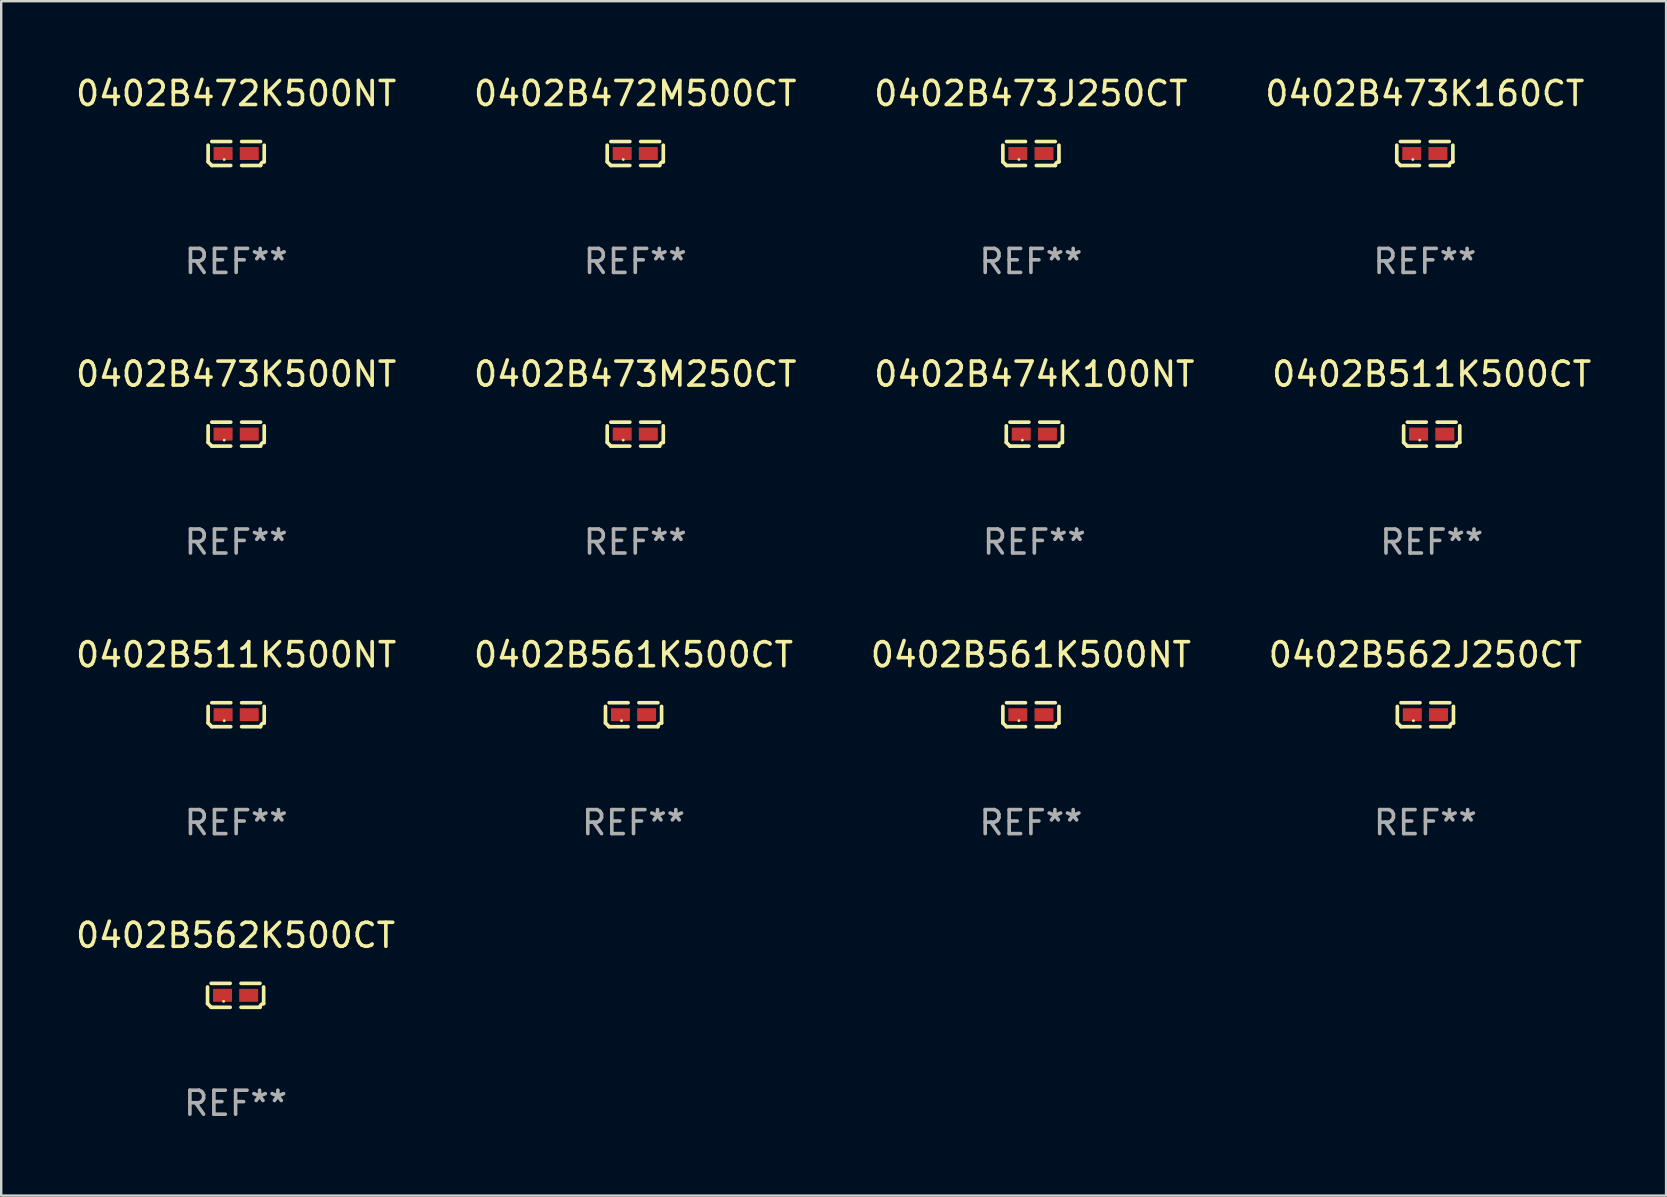
<source format=kicad_pcb>
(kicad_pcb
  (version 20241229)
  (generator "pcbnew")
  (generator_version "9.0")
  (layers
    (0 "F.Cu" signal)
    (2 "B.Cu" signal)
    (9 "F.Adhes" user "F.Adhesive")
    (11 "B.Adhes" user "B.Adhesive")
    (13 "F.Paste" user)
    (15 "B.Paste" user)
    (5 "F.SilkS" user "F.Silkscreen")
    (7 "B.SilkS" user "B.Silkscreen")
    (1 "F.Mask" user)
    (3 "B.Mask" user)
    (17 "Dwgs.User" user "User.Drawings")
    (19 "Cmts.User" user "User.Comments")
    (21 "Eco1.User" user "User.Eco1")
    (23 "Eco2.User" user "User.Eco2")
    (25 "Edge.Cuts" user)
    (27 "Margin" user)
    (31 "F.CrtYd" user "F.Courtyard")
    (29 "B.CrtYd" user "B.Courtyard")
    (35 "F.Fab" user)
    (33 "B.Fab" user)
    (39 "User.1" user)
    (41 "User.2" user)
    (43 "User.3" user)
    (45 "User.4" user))
  (footprint "0402B562K500CT"
    (layer "F.Cu")
    (at 6.768 38.428)
    (property "Reference" "0402B562K500CT" (at 0 -2.499 0) (layer "F.SilkS") (effects (font (size 1 1) (thickness 0.15))))
    (attr through_hole)
    (fp_line (start -1.169 0.346) (end -1.169 -0.346) (stroke (width 0.152) (type solid)) (layer "F.SilkS"))
    (fp_line (start -1.016 -0.499) (end -0.226 -0.499) (stroke (width 0.152) (type solid)) (layer "F.SilkS"))
    (fp_line (start -0.226 0.499) (end -1.016 0.499) (stroke (width 0.152) (type solid)) (layer "F.SilkS"))
    (fp_line (start 0.226 0.499) (end 1.016 0.499) (stroke (width 0.152) (type solid)) (layer "F.SilkS"))
    (fp_line (start 1.016 -0.499) (end 0.226 -0.499) (stroke (width 0.152) (type solid)) (layer "F.SilkS"))
    (fp_line (start 1.169 0.346) (end 1.169 -0.346) (stroke (width 0.152) (type solid)) (layer "F.SilkS"))
    (fp_arc (start -1.016307 0.498603) (mid -1.092512 0.422405) (end -1.16871 0.3462) (stroke (width 0.1524) (type solid)) (layer "F.SilkS"))
    (fp_arc (start 1.016307 0.498603) (mid 1.060899 0.390758) (end 1.168707 0.346076) (stroke (width 0.1524) (type solid)) (layer "F.SilkS"))
    (fp_circle (center -0.5 0.25) (end -0.47 0.25) (stroke (width 0.06) (type solid)) (fill no) (layer "F.SilkS"))
    (fp_text user "REF**" (at 0 4.499 0) (layer "F.Fab") (effects (font (size 1 1) (thickness 0.15))))
    (pad "1" smd rect (at -0.545 0) (size 0.79 0.54) (layers "F.Cu" "F.Mask" "F.Paste"))
    (pad "2" smd rect (at 0.545 0) (size 0.79 0.54) (layers "F.Cu" "F.Mask" "F.Paste")))
  (footprint "0402B474K100NT"
    (layer "F.Cu")
    (at 40.054 15.041)
    (property "Reference" "0402B474K100NT" (at 0 -2.499 0) (layer "F.SilkS") (effects (font (size 1 1) (thickness 0.15))))
    (attr through_hole)
    (fp_line (start -1.169 0.346) (end -1.169 -0.346) (stroke (width 0.152) (type solid)) (layer "F.SilkS"))
    (fp_line (start -1.016 -0.499) (end -0.226 -0.499) (stroke (width 0.152) (type solid)) (layer "F.SilkS"))
    (fp_line (start -0.226 0.499) (end -1.016 0.499) (stroke (width 0.152) (type solid)) (layer "F.SilkS"))
    (fp_line (start 0.226 0.499) (end 1.016 0.499) (stroke (width 0.152) (type solid)) (layer "F.SilkS"))
    (fp_line (start 1.016 -0.499) (end 0.226 -0.499) (stroke (width 0.152) (type solid)) (layer "F.SilkS"))
    (fp_line (start 1.169 0.346) (end 1.169 -0.346) (stroke (width 0.152) (type solid)) (layer "F.SilkS"))
    (fp_arc (start -1.016307 0.498603) (mid -1.092512 0.422405) (end -1.16871 0.3462) (stroke (width 0.1524) (type solid)) (layer "F.SilkS"))
    (fp_arc (start 1.016307 0.498603) (mid 1.060899 0.390758) (end 1.168707 0.346076) (stroke (width 0.1524) (type solid)) (layer "F.SilkS"))
    (fp_circle (center -0.5 0.25) (end -0.47 0.25) (stroke (width 0.06) (type solid)) (fill no) (layer "F.SilkS"))
    (fp_text user "REF**" (at 0 4.499 0) (layer "F.Fab") (effects (font (size 1 1) (thickness 0.15))))
    (pad "1" smd rect (at -0.545 0) (size 0.79 0.54) (layers "F.Cu" "F.Mask" "F.Paste"))
    (pad "2" smd rect (at 0.545 0) (size 0.79 0.54) (layers "F.Cu" "F.Mask" "F.Paste")))
  (footprint "0402B511K500CT"
    (layer "F.Cu")
    (at 56.613 15.041)
    (property "Reference" "0402B511K500CT" (at 0 -2.499 0) (layer "F.SilkS") (effects (font (size 1 1) (thickness 0.15))))
    (attr through_hole)
    (fp_line (start -1.169 0.346) (end -1.169 -0.346) (stroke (width 0.152) (type solid)) (layer "F.SilkS"))
    (fp_line (start -1.016 -0.499) (end -0.226 -0.499) (stroke (width 0.152) (type solid)) (layer "F.SilkS"))
    (fp_line (start -0.226 0.499) (end -1.016 0.499) (stroke (width 0.152) (type solid)) (layer "F.SilkS"))
    (fp_line (start 0.226 0.499) (end 1.016 0.499) (stroke (width 0.152) (type solid)) (layer "F.SilkS"))
    (fp_line (start 1.016 -0.499) (end 0.226 -0.499) (stroke (width 0.152) (type solid)) (layer "F.SilkS"))
    (fp_line (start 1.169 0.346) (end 1.169 -0.346) (stroke (width 0.152) (type solid)) (layer "F.SilkS"))
    (fp_arc (start -1.016307 0.498603) (mid -1.092512 0.422405) (end -1.16871 0.3462) (stroke (width 0.1524) (type solid)) (layer "F.SilkS"))
    (fp_arc (start 1.016307 0.498603) (mid 1.060899 0.390758) (end 1.168707 0.346076) (stroke (width 0.1524) (type solid)) (layer "F.SilkS"))
    (fp_circle (center -0.5 0.25) (end -0.47 0.25) (stroke (width 0.06) (type solid)) (fill no) (layer "F.SilkS"))
    (fp_text user "REF**" (at 0 4.499 0) (layer "F.Fab") (effects (font (size 1 1) (thickness 0.15))))
    (pad "1" smd rect (at -0.545 0) (size 0.79 0.54) (layers "F.Cu" "F.Mask" "F.Paste"))
    (pad "2" smd rect (at 0.545 0) (size 0.79 0.54) (layers "F.Cu" "F.Mask" "F.Paste")))
  (footprint "0402B472K500NT"
    (layer "F.Cu")
    (at 6.792 3.347)
    (property "Reference" "0402B472K500NT" (at 0 -2.499 0) (layer "F.SilkS") (effects (font (size 1 1) (thickness 0.15))))
    (attr through_hole)
    (fp_line (start -1.169 0.346) (end -1.169 -0.346) (stroke (width 0.152) (type solid)) (layer "F.SilkS"))
    (fp_line (start -1.016 -0.499) (end -0.226 -0.499) (stroke (width 0.152) (type solid)) (layer "F.SilkS"))
    (fp_line (start -0.226 0.499) (end -1.016 0.499) (stroke (width 0.152) (type solid)) (layer "F.SilkS"))
    (fp_line (start 0.226 0.499) (end 1.016 0.499) (stroke (width 0.152) (type solid)) (layer "F.SilkS"))
    (fp_line (start 1.016 -0.499) (end 0.226 -0.499) (stroke (width 0.152) (type solid)) (layer "F.SilkS"))
    (fp_line (start 1.169 0.346) (end 1.169 -0.346) (stroke (width 0.152) (type solid)) (layer "F.SilkS"))
    (fp_arc (start -1.016307 0.498603) (mid -1.092512 0.422405) (end -1.16871 0.3462) (stroke (width 0.1524) (type solid)) (layer "F.SilkS"))
    (fp_arc (start 1.016307 0.498603) (mid 1.060899 0.390758) (end 1.168707 0.346076) (stroke (width 0.1524) (type solid)) (layer "F.SilkS"))
    (fp_circle (center -0.5 0.25) (end -0.47 0.25) (stroke (width 0.06) (type solid)) (fill no) (layer "F.SilkS"))
    (fp_text user "REF**" (at 0 4.499 0) (layer "F.Fab") (effects (font (size 1 1) (thickness 0.15))))
    (pad "1" smd rect (at -0.545 0) (size 0.79 0.54) (layers "F.Cu" "F.Mask" "F.Paste"))
    (pad "2" smd rect (at 0.545 0) (size 0.79 0.54) (layers "F.Cu" "F.Mask" "F.Paste")))
  (footprint "0402B472M500CT"
    (layer "F.Cu")
    (at 23.423 3.347)
    (property "Reference" "0402B472M500CT" (at 0 -2.499 0) (layer "F.SilkS") (effects (font (size 1 1) (thickness 0.15))))
    (attr through_hole)
    (fp_line (start -1.169 0.346) (end -1.169 -0.346) (stroke (width 0.152) (type solid)) (layer "F.SilkS"))
    (fp_line (start -1.016 -0.499) (end -0.226 -0.499) (stroke (width 0.152) (type solid)) (layer "F.SilkS"))
    (fp_line (start -0.226 0.499) (end -1.016 0.499) (stroke (width 0.152) (type solid)) (layer "F.SilkS"))
    (fp_line (start 0.226 0.499) (end 1.016 0.499) (stroke (width 0.152) (type solid)) (layer "F.SilkS"))
    (fp_line (start 1.016 -0.499) (end 0.226 -0.499) (stroke (width 0.152) (type solid)) (layer "F.SilkS"))
    (fp_line (start 1.169 0.346) (end 1.169 -0.346) (stroke (width 0.152) (type solid)) (layer "F.SilkS"))
    (fp_arc (start -1.016307 0.498603) (mid -1.092512 0.422405) (end -1.16871 0.3462) (stroke (width 0.1524) (type solid)) (layer "F.SilkS"))
    (fp_arc (start 1.016307 0.498603) (mid 1.060899 0.390758) (end 1.168707 0.346076) (stroke (width 0.1524) (type solid)) (layer "F.SilkS"))
    (fp_circle (center -0.5 0.25) (end -0.47 0.25) (stroke (width 0.06) (type solid)) (fill no) (layer "F.SilkS"))
    (fp_text user "REF**" (at 0 4.499 0) (layer "F.Fab") (effects (font (size 1 1) (thickness 0.15))))
    (pad "1" smd rect (at -0.545 0) (size 0.79 0.54) (layers "F.Cu" "F.Mask" "F.Paste"))
    (pad "2" smd rect (at 0.545 0) (size 0.79 0.54) (layers "F.Cu" "F.Mask" "F.Paste")))
  (footprint "0402B561K500NT"
    (layer "F.Cu")
    (at 39.911 26.734)
    (property "Reference" "0402B561K500NT" (at 0 -2.499 0) (layer "F.SilkS") (effects (font (size 1 1) (thickness 0.15))))
    (attr through_hole)
    (fp_line (start -1.169 0.346) (end -1.169 -0.346) (stroke (width 0.152) (type solid)) (layer "F.SilkS"))
    (fp_line (start -1.016 -0.499) (end -0.226 -0.499) (stroke (width 0.152) (type solid)) (layer "F.SilkS"))
    (fp_line (start -0.226 0.499) (end -1.016 0.499) (stroke (width 0.152) (type solid)) (layer "F.SilkS"))
    (fp_line (start 0.226 0.499) (end 1.016 0.499) (stroke (width 0.152) (type solid)) (layer "F.SilkS"))
    (fp_line (start 1.016 -0.499) (end 0.226 -0.499) (stroke (width 0.152) (type solid)) (layer "F.SilkS"))
    (fp_line (start 1.169 0.346) (end 1.169 -0.346) (stroke (width 0.152) (type solid)) (layer "F.SilkS"))
    (fp_arc (start -1.016307 0.498603) (mid -1.092512 0.422405) (end -1.16871 0.3462) (stroke (width 0.1524) (type solid)) (layer "F.SilkS"))
    (fp_arc (start 1.016307 0.498603) (mid 1.060899 0.390758) (end 1.168707 0.346076) (stroke (width 0.1524) (type solid)) (layer "F.SilkS"))
    (fp_circle (center -0.5 0.25) (end -0.47 0.25) (stroke (width 0.06) (type solid)) (fill no) (layer "F.SilkS"))
    (fp_text user "REF**" (at 0 4.499 0) (layer "F.Fab") (effects (font (size 1 1) (thickness 0.15))))
    (pad "1" smd rect (at -0.545 0) (size 0.79 0.54) (layers "F.Cu" "F.Mask" "F.Paste"))
    (pad "2" smd rect (at 0.545 0) (size 0.79 0.54) (layers "F.Cu" "F.Mask" "F.Paste")))
  (footprint "0402B473K500NT"
    (layer "F.Cu")
    (at 6.792 15.041)
    (property "Reference" "0402B473K500NT" (at 0 -2.499 0) (layer "F.SilkS") (effects (font (size 1 1) (thickness 0.15))))
    (attr through_hole)
    (fp_line (start -1.169 0.346) (end -1.169 -0.346) (stroke (width 0.152) (type solid)) (layer "F.SilkS"))
    (fp_line (start -1.016 -0.499) (end -0.226 -0.499) (stroke (width 0.152) (type solid)) (layer "F.SilkS"))
    (fp_line (start -0.226 0.499) (end -1.016 0.499) (stroke (width 0.152) (type solid)) (layer "F.SilkS"))
    (fp_line (start 0.226 0.499) (end 1.016 0.499) (stroke (width 0.152) (type solid)) (layer "F.SilkS"))
    (fp_line (start 1.016 -0.499) (end 0.226 -0.499) (stroke (width 0.152) (type solid)) (layer "F.SilkS"))
    (fp_line (start 1.169 0.346) (end 1.169 -0.346) (stroke (width 0.152) (type solid)) (layer "F.SilkS"))
    (fp_arc (start -1.016307 0.498603) (mid -1.092512 0.422405) (end -1.16871 0.3462) (stroke (width 0.1524) (type solid)) (layer "F.SilkS"))
    (fp_arc (start 1.016307 0.498603) (mid 1.060899 0.390758) (end 1.168707 0.346076) (stroke (width 0.1524) (type solid)) (layer "F.SilkS"))
    (fp_circle (center -0.5 0.25) (end -0.47 0.25) (stroke (width 0.06) (type solid)) (fill no) (layer "F.SilkS"))
    (fp_text user "REF**" (at 0 4.499 0) (layer "F.Fab") (effects (font (size 1 1) (thickness 0.15))))
    (pad "1" smd rect (at -0.545 0) (size 0.79 0.54) (layers "F.Cu" "F.Mask" "F.Paste"))
    (pad "2" smd rect (at 0.545 0) (size 0.79 0.54) (layers "F.Cu" "F.Mask" "F.Paste")))
  (footprint "0402B562J250CT"
    (layer "F.Cu")
    (at 56.351 26.734)
    (property "Reference" "0402B562J250CT" (at 0 -2.499 0) (layer "F.SilkS") (effects (font (size 1 1) (thickness 0.15))))
    (attr through_hole)
    (fp_line (start -1.169 0.346) (end -1.169 -0.346) (stroke (width 0.152) (type solid)) (layer "F.SilkS"))
    (fp_line (start -1.016 -0.499) (end -0.226 -0.499) (stroke (width 0.152) (type solid)) (layer "F.SilkS"))
    (fp_line (start -0.226 0.499) (end -1.016 0.499) (stroke (width 0.152) (type solid)) (layer "F.SilkS"))
    (fp_line (start 0.226 0.499) (end 1.016 0.499) (stroke (width 0.152) (type solid)) (layer "F.SilkS"))
    (fp_line (start 1.016 -0.499) (end 0.226 -0.499) (stroke (width 0.152) (type solid)) (layer "F.SilkS"))
    (fp_line (start 1.169 0.346) (end 1.169 -0.346) (stroke (width 0.152) (type solid)) (layer "F.SilkS"))
    (fp_arc (start -1.016307 0.498603) (mid -1.092512 0.422405) (end -1.16871 0.3462) (stroke (width 0.1524) (type solid)) (layer "F.SilkS"))
    (fp_arc (start 1.016307 0.498603) (mid 1.060899 0.390758) (end 1.168707 0.346076) (stroke (width 0.1524) (type solid)) (layer "F.SilkS"))
    (fp_circle (center -0.5 0.25) (end -0.47 0.25) (stroke (width 0.06) (type solid)) (fill no) (layer "F.SilkS"))
    (fp_text user "REF**" (at 0 4.499 0) (layer "F.Fab") (effects (font (size 1 1) (thickness 0.15))))
    (pad "1" smd rect (at -0.545 0) (size 0.79 0.54) (layers "F.Cu" "F.Mask" "F.Paste"))
    (pad "2" smd rect (at 0.545 0) (size 0.79 0.54) (layers "F.Cu" "F.Mask" "F.Paste")))
  (footprint "0402B473K160CT"
    (layer "F.Cu")
    (at 56.327 3.347)
    (property "Reference" "0402B473K160CT" (at 0 -2.499 0) (layer "F.SilkS") (effects (font (size 1 1) (thickness 0.15))))
    (attr through_hole)
    (fp_line (start -1.169 0.346) (end -1.169 -0.346) (stroke (width 0.152) (type solid)) (layer "F.SilkS"))
    (fp_line (start -1.016 -0.499) (end -0.226 -0.499) (stroke (width 0.152) (type solid)) (layer "F.SilkS"))
    (fp_line (start -0.226 0.499) (end -1.016 0.499) (stroke (width 0.152) (type solid)) (layer "F.SilkS"))
    (fp_line (start 0.226 0.499) (end 1.016 0.499) (stroke (width 0.152) (type solid)) (layer "F.SilkS"))
    (fp_line (start 1.016 -0.499) (end 0.226 -0.499) (stroke (width 0.152) (type solid)) (layer "F.SilkS"))
    (fp_line (start 1.169 0.346) (end 1.169 -0.346) (stroke (width 0.152) (type solid)) (layer "F.SilkS"))
    (fp_arc (start -1.016307 0.498603) (mid -1.092512 0.422405) (end -1.16871 0.3462) (stroke (width 0.1524) (type solid)) (layer "F.SilkS"))
    (fp_arc (start 1.016307 0.498603) (mid 1.060899 0.390758) (end 1.168707 0.346076) (stroke (width 0.1524) (type solid)) (layer "F.SilkS"))
    (fp_circle (center -0.5 0.25) (end -0.47 0.25) (stroke (width 0.06) (type solid)) (fill no) (layer "F.SilkS"))
    (fp_text user "REF**" (at 0 4.499 0) (layer "F.Fab") (effects (font (size 1 1) (thickness 0.15))))
    (pad "1" smd rect (at -0.545 0) (size 0.79 0.54) (layers "F.Cu" "F.Mask" "F.Paste"))
    (pad "2" smd rect (at 0.545 0) (size 0.79 0.54) (layers "F.Cu" "F.Mask" "F.Paste")))
  (footprint "0402B511K500NT"
    (layer "F.Cu")
    (at 6.792 26.734)
    (property "Reference" "0402B511K500NT" (at 0 -2.499 0) (layer "F.SilkS") (effects (font (size 1 1) (thickness 0.15))))
    (attr through_hole)
    (fp_line (start -1.169 0.346) (end -1.169 -0.346) (stroke (width 0.152) (type solid)) (layer "F.SilkS"))
    (fp_line (start -1.016 -0.499) (end -0.226 -0.499) (stroke (width 0.152) (type solid)) (layer "F.SilkS"))
    (fp_line (start -0.226 0.499) (end -1.016 0.499) (stroke (width 0.152) (type solid)) (layer "F.SilkS"))
    (fp_line (start 0.226 0.499) (end 1.016 0.499) (stroke (width 0.152) (type solid)) (layer "F.SilkS"))
    (fp_line (start 1.016 -0.499) (end 0.226 -0.499) (stroke (width 0.152) (type solid)) (layer "F.SilkS"))
    (fp_line (start 1.169 0.346) (end 1.169 -0.346) (stroke (width 0.152) (type solid)) (layer "F.SilkS"))
    (fp_arc (start -1.016307 0.498603) (mid -1.092512 0.422405) (end -1.16871 0.3462) (stroke (width 0.1524) (type solid)) (layer "F.SilkS"))
    (fp_arc (start 1.016307 0.498603) (mid 1.060899 0.390758) (end 1.168707 0.346076) (stroke (width 0.1524) (type solid)) (layer "F.SilkS"))
    (fp_circle (center -0.5 0.25) (end -0.47 0.25) (stroke (width 0.06) (type solid)) (fill no) (layer "F.SilkS"))
    (fp_text user "REF**" (at 0 4.499 0) (layer "F.Fab") (effects (font (size 1 1) (thickness 0.15))))
    (pad "1" smd rect (at -0.545 0) (size 0.79 0.54) (layers "F.Cu" "F.Mask" "F.Paste"))
    (pad "2" smd rect (at 0.545 0) (size 0.79 0.54) (layers "F.Cu" "F.Mask" "F.Paste")))
  (footprint "0402B561K500CT"
    (layer "F.Cu")
    (at 23.351 26.734)
    (property "Reference" "0402B561K500CT" (at 0 -2.499 0) (layer "F.SilkS") (effects (font (size 1 1) (thickness 0.15))))
    (attr through_hole)
    (fp_line (start -1.169 0.346) (end -1.169 -0.346) (stroke (width 0.152) (type solid)) (layer "F.SilkS"))
    (fp_line (start -1.016 -0.499) (end -0.226 -0.499) (stroke (width 0.152) (type solid)) (layer "F.SilkS"))
    (fp_line (start -0.226 0.499) (end -1.016 0.499) (stroke (width 0.152) (type solid)) (layer "F.SilkS"))
    (fp_line (start 0.226 0.499) (end 1.016 0.499) (stroke (width 0.152) (type solid)) (layer "F.SilkS"))
    (fp_line (start 1.016 -0.499) (end 0.226 -0.499) (stroke (width 0.152) (type solid)) (layer "F.SilkS"))
    (fp_line (start 1.169 0.346) (end 1.169 -0.346) (stroke (width 0.152) (type solid)) (layer "F.SilkS"))
    (fp_arc (start -1.016307 0.498603) (mid -1.092512 0.422405) (end -1.16871 0.3462) (stroke (width 0.1524) (type solid)) (layer "F.SilkS"))
    (fp_arc (start 1.016307 0.498603) (mid 1.060899 0.390758) (end 1.168707 0.346076) (stroke (width 0.1524) (type solid)) (layer "F.SilkS"))
    (fp_circle (center -0.5 0.25) (end -0.47 0.25) (stroke (width 0.06) (type solid)) (fill no) (layer "F.SilkS"))
    (fp_text user "REF**" (at 0 4.499 0) (layer "F.Fab") (effects (font (size 1 1) (thickness 0.15))))
    (pad "1" smd rect (at -0.545 0) (size 0.79 0.54) (layers "F.Cu" "F.Mask" "F.Paste"))
    (pad "2" smd rect (at 0.545 0) (size 0.79 0.54) (layers "F.Cu" "F.Mask" "F.Paste")))
  (footprint "0402B473J250CT"
    (layer "F.Cu")
    (at 39.911 3.347)
    (property "Reference" "0402B473J250CT" (at 0 -2.499 0) (layer "F.SilkS") (effects (font (size 1 1) (thickness 0.15))))
    (attr through_hole)
    (fp_line (start -1.169 0.346) (end -1.169 -0.346) (stroke (width 0.152) (type solid)) (layer "F.SilkS"))
    (fp_line (start -1.016 -0.499) (end -0.226 -0.499) (stroke (width 0.152) (type solid)) (layer "F.SilkS"))
    (fp_line (start -0.226 0.499) (end -1.016 0.499) (stroke (width 0.152) (type solid)) (layer "F.SilkS"))
    (fp_line (start 0.226 0.499) (end 1.016 0.499) (stroke (width 0.152) (type solid)) (layer "F.SilkS"))
    (fp_line (start 1.016 -0.499) (end 0.226 -0.499) (stroke (width 0.152) (type solid)) (layer "F.SilkS"))
    (fp_line (start 1.169 0.346) (end 1.169 -0.346) (stroke (width 0.152) (type solid)) (layer "F.SilkS"))
    (fp_arc (start -1.016307 0.498603) (mid -1.092512 0.422405) (end -1.16871 0.3462) (stroke (width 0.1524) (type solid)) (layer "F.SilkS"))
    (fp_arc (start 1.016307 0.498603) (mid 1.060899 0.390758) (end 1.168707 0.346076) (stroke (width 0.1524) (type solid)) (layer "F.SilkS"))
    (fp_circle (center -0.5 0.25) (end -0.47 0.25) (stroke (width 0.06) (type solid)) (fill no) (layer "F.SilkS"))
    (fp_text user "REF**" (at 0 4.499 0) (layer "F.Fab") (effects (font (size 1 1) (thickness 0.15))))
    (pad "1" smd rect (at -0.545 0) (size 0.79 0.54) (layers "F.Cu" "F.Mask" "F.Paste"))
    (pad "2" smd rect (at 0.545 0) (size 0.79 0.54) (layers "F.Cu" "F.Mask" "F.Paste")))
  (footprint "0402B473M250CT"
    (layer "F.Cu")
    (at 23.423 15.041)
    (property "Reference" "0402B473M250CT" (at 0 -2.499 0) (layer "F.SilkS") (effects (font (size 1 1) (thickness 0.15))))
    (attr through_hole)
    (fp_line (start -1.169 0.346) (end -1.169 -0.346) (stroke (width 0.152) (type solid)) (layer "F.SilkS"))
    (fp_line (start -1.016 -0.499) (end -0.226 -0.499) (stroke (width 0.152) (type solid)) (layer "F.SilkS"))
    (fp_line (start -0.226 0.499) (end -1.016 0.499) (stroke (width 0.152) (type solid)) (layer "F.SilkS"))
    (fp_line (start 0.226 0.499) (end 1.016 0.499) (stroke (width 0.152) (type solid)) (layer "F.SilkS"))
    (fp_line (start 1.016 -0.499) (end 0.226 -0.499) (stroke (width 0.152) (type solid)) (layer "F.SilkS"))
    (fp_line (start 1.169 0.346) (end 1.169 -0.346) (stroke (width 0.152) (type solid)) (layer "F.SilkS"))
    (fp_arc (start -1.016307 0.498603) (mid -1.092512 0.422405) (end -1.16871 0.3462) (stroke (width 0.1524) (type solid)) (layer "F.SilkS"))
    (fp_arc (start 1.016307 0.498603) (mid 1.060899 0.390758) (end 1.168707 0.346076) (stroke (width 0.1524) (type solid)) (layer "F.SilkS"))
    (fp_circle (center -0.5 0.25) (end -0.47 0.25) (stroke (width 0.06) (type solid)) (fill no) (layer "F.SilkS"))
    (fp_text user "REF**" (at 0 4.499 0) (layer "F.Fab") (effects (font (size 1 1) (thickness 0.15))))
    (pad "1" smd rect (at -0.545 0) (size 0.79 0.54) (layers "F.Cu" "F.Mask" "F.Paste"))
    (pad "2" smd rect (at 0.545 0) (size 0.79 0.54) (layers "F.Cu" "F.Mask" "F.Paste")))
  (gr_rect
    (start -3 -3)
    (end 66.381 46.775)
    (stroke (width 0.1) (type default))
    (fill no)
    (layer "Edge.Cuts")))
</source>
